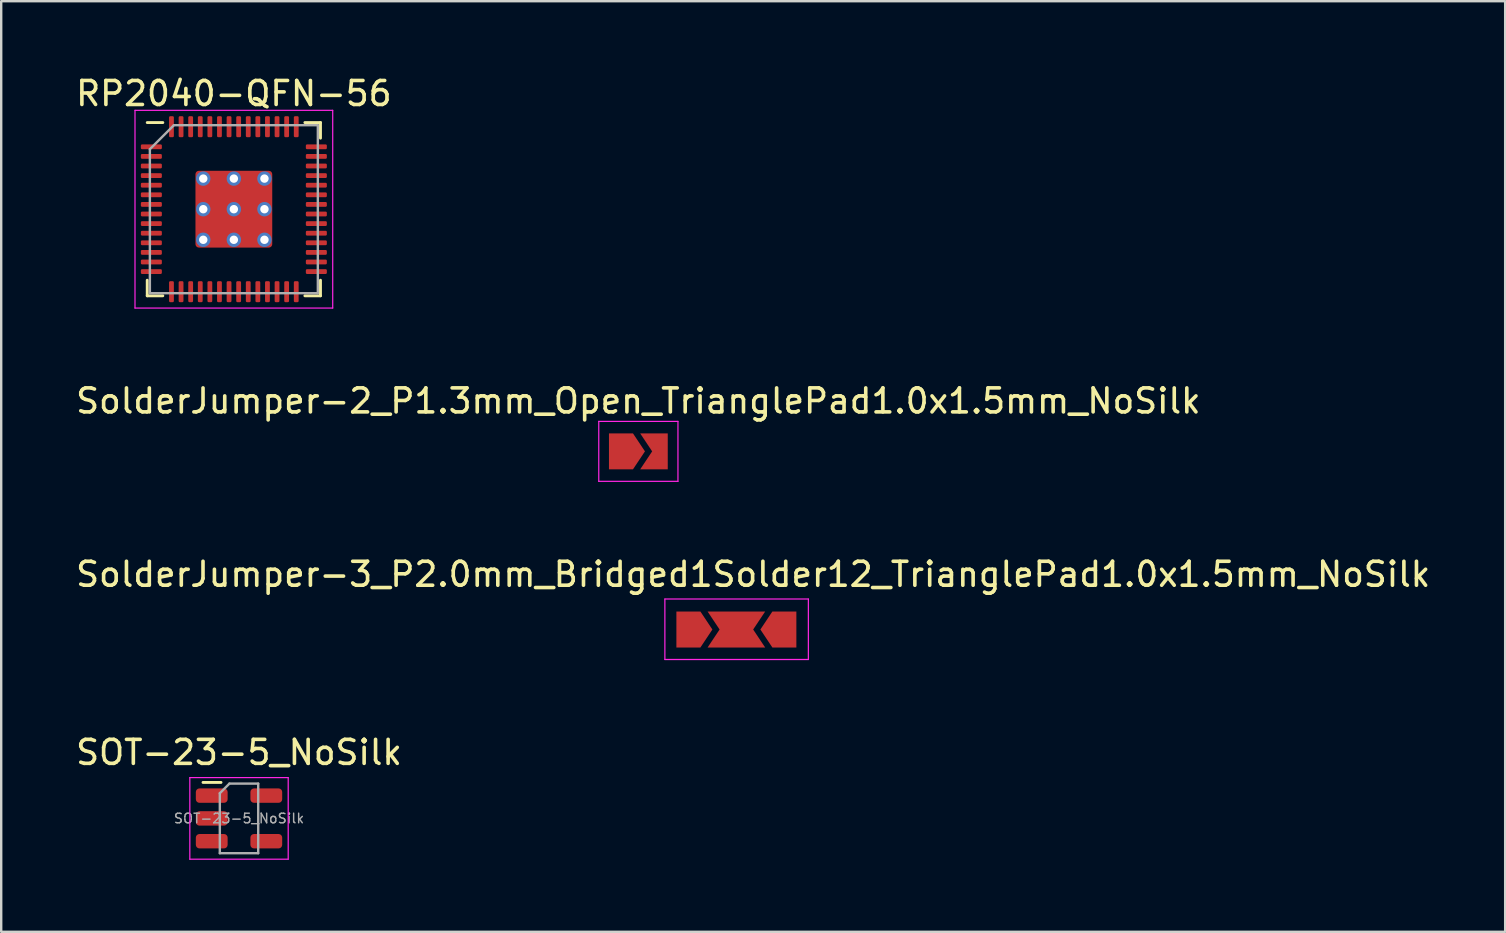
<source format=kicad_pcb>
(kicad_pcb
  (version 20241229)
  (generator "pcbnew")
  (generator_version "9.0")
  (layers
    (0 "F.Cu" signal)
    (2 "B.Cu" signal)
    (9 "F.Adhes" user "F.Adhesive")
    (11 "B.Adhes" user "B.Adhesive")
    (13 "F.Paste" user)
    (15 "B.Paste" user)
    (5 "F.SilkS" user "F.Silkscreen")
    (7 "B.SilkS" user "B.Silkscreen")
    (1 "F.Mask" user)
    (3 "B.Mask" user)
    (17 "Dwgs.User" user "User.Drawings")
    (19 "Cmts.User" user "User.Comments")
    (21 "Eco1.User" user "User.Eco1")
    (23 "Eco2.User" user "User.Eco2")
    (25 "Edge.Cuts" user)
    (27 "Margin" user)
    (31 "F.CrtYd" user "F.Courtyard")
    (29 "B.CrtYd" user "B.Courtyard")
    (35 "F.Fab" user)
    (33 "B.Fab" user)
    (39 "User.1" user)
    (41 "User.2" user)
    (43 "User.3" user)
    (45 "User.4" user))
  (footprint "SOT-23-5_NoSilk"
    (layer "F.Cu")
    (at 6.911 31.058)
    (property "Reference" "SOT-23-5_NoSilk" (at 0 -2.75 0) (layer "F.SilkS") (effects (font (size 1 1) (thickness 0.15))))
    (attr smd)
    (fp_line (start -0.75 -1.5) (end -1.5 -1.5) (stroke (width 0.12) (type solid)) (layer "F.SilkS"))
    (fp_line (start -2.05 -1.7) (end -2.05 1.7) (stroke (width 0.05) (type solid)) (layer "F.CrtYd"))
    (fp_line (start -2.05 1.7) (end 2.05 1.7) (stroke (width 0.05) (type solid)) (layer "F.CrtYd"))
    (fp_line (start 2.05 -1.7) (end -2.05 -1.7) (stroke (width 0.05) (type solid)) (layer "F.CrtYd"))
    (fp_line (start 2.05 1.7) (end 2.05 -1.7) (stroke (width 0.05) (type solid)) (layer "F.CrtYd"))
    (fp_line (start -0.8 -1.05) (end -0.4 -1.45) (stroke (width 0.1) (type solid)) (layer "F.Fab"))
    (fp_line (start -0.8 1.45) (end -0.8 -1.05) (stroke (width 0.1) (type solid)) (layer "F.Fab"))
    (fp_line (start -0.4 -1.45) (end 0.8 -1.45) (stroke (width 0.1) (type solid)) (layer "F.Fab"))
    (fp_line (start 0.8 -1.45) (end 0.8 1.45) (stroke (width 0.1) (type solid)) (layer "F.Fab"))
    (fp_line (start 0.8 1.45) (end -0.8 1.45) (stroke (width 0.1) (type solid)) (layer "F.Fab"))
    (fp_text user "${REFERENCE}" (at 0 0 0) (layer "F.Fab") (effects (font (size 0.4 0.4) (thickness 0.06))))
    (pad "1" smd roundrect (at -1.137 -0.95) (size 1.325 0.6) (layers "F.Cu" "F.Mask" "F.Paste") (roundrect_rratio 0.25))
    (pad "2" smd roundrect (at -1.137 0) (size 1.325 0.6) (layers "F.Cu" "F.Mask" "F.Paste") (roundrect_rratio 0.25))
    (pad "3" smd roundrect (at -1.137 0.95) (size 1.325 0.6) (layers "F.Cu" "F.Mask" "F.Paste") (roundrect_rratio 0.25))
    (pad "4" smd roundrect (at 1.137 0.95) (size 1.325 0.6) (layers "F.Cu" "F.Mask" "F.Paste") (roundrect_rratio 0.25))
    (pad "5" smd roundrect (at 1.137 -0.95) (size 1.325 0.6) (layers "F.Cu" "F.Mask" "F.Paste") (roundrect_rratio 0.25)))
  (footprint "SolderJumper-2_P1.3mm_Open_TrianglePad1.0x1.5mm_NoSilk"
    (layer "F.Cu")
    (at 23.554 15.761)
    (property "Reference" "SolderJumper-2_P1.3mm_Open_TrianglePad1.0x1.5mm_NoSilk" (at 0 -2.1 0) (layer "F.SilkS") (effects (font (size 1 1) (thickness 0.15))))
    (attr exclude_from_pos_files exclude_from_bom)
    (fp_line (start -1.65 -1.25) (end -1.65 1.25) (stroke (width 0.05) (type solid)) (layer "F.CrtYd"))
    (fp_line (start -1.65 -1.25) (end 1.65 -1.25) (stroke (width 0.05) (type solid)) (layer "F.CrtYd"))
    (fp_line (start 1.65 1.25) (end -1.65 1.25) (stroke (width 0.05) (type solid)) (layer "F.CrtYd"))
    (fp_line (start 1.65 1.25) (end 1.65 -1.25) (stroke (width 0.05) (type solid)) (layer "F.CrtYd"))
    (pad "1" smd custom (at -0.725 0) (size 0.3 0.3) (layers "F.Cu" "F.Mask") (options (anchor rect)) (primitives (gr_poly (pts (xy 1 0) (xy 0.5 0.75) (xy -0.5 0.75) (xy -0.5 -0.75) (xy 0.5 -0.75)) (width 0) (fill yes))))
    (pad "2" smd custom (at 0.725 0) (size 0.3 0.3) (layers "F.Cu" "F.Mask") (options (anchor rect)) (primitives (gr_poly (pts (xy 0.5 0.75) (xy -0.65 0.75) (xy -0.15 0) (xy -0.65 -0.75) (xy 0.5 -0.75)) (width 0) (fill yes)))))
  (footprint "RP2040-QFN-56"
    (layer "F.Cu")
    (at 6.696 5.668)
    (property "Reference" "RP2040-QFN-56" (at 0 -4.82 0) (layer "F.SilkS") (effects (font (size 1 1) (thickness 0.15))))
    (attr smd)
    (fp_line (start -3.61 3.61) (end -3.61 2.96) (stroke (width 0.12) (type solid)) (layer "F.SilkS"))
    (fp_line (start -2.96 -3.61) (end -3.61 -3.61) (stroke (width 0.12) (type solid)) (layer "F.SilkS"))
    (fp_line (start -2.96 3.61) (end -3.61 3.61) (stroke (width 0.12) (type solid)) (layer "F.SilkS"))
    (fp_line (start 2.96 -3.61) (end 3.61 -3.61) (stroke (width 0.12) (type solid)) (layer "F.SilkS"))
    (fp_line (start 2.96 3.61) (end 3.61 3.61) (stroke (width 0.12) (type solid)) (layer "F.SilkS"))
    (fp_line (start 3.61 -3.61) (end 3.61 -2.96) (stroke (width 0.12) (type solid)) (layer "F.SilkS"))
    (fp_line (start 3.61 3.61) (end 3.61 2.96) (stroke (width 0.12) (type solid)) (layer "F.SilkS"))
    (fp_line (start -4.12 -4.12) (end -4.12 4.12) (stroke (width 0.05) (type solid)) (layer "F.CrtYd"))
    (fp_line (start -4.12 4.12) (end 4.12 4.12) (stroke (width 0.05) (type solid)) (layer "F.CrtYd"))
    (fp_line (start 4.12 -4.12) (end -4.12 -4.12) (stroke (width 0.05) (type solid)) (layer "F.CrtYd"))
    (fp_line (start 4.12 4.12) (end 4.12 -4.12) (stroke (width 0.05) (type solid)) (layer "F.CrtYd"))
    (fp_line (start -3.5 -2.5) (end -2.5 -3.5) (stroke (width 0.1) (type solid)) (layer "F.Fab"))
    (fp_line (start -3.5 3.5) (end -3.5 -2.5) (stroke (width 0.1) (type solid)) (layer "F.Fab"))
    (fp_line (start -2.5 -3.5) (end 3.5 -3.5) (stroke (width 0.1) (type solid)) (layer "F.Fab"))
    (fp_line (start 3.5 -3.5) (end 3.5 3.5) (stroke (width 0.1) (type solid)) (layer "F.Fab"))
    (fp_line (start 3.5 3.5) (end -3.5 3.5) (stroke (width 0.1) (type solid)) (layer "F.Fab"))
    (pad "" smd roundrect (at -0.637 -0.637) (size 1.084 1.084) (layers "F.Paste") (roundrect_rratio 0.231))
    (pad "" smd roundrect (at -0.637 0.637) (size 1.084 1.084) (layers "F.Paste") (roundrect_rratio 0.231))
    (pad "" smd roundrect (at 0.637 -0.637) (size 1.084 1.084) (layers "F.Paste") (roundrect_rratio 0.231))
    (pad "" smd roundrect (at 0.637 0.637) (size 1.084 1.084) (layers "F.Paste") (roundrect_rratio 0.231))
    (pad "1" smd roundrect (at -3.438 -2.6) (size 0.875 0.2) (layers "F.Cu" "F.Mask" "F.Paste") (roundrect_rratio 0.25))
    (pad "2" smd roundrect (at -3.438 -2.2) (size 0.875 0.2) (layers "F.Cu" "F.Mask" "F.Paste") (roundrect_rratio 0.25))
    (pad "3" smd roundrect (at -3.438 -1.8) (size 0.875 0.2) (layers "F.Cu" "F.Mask" "F.Paste") (roundrect_rratio 0.25))
    (pad "4" smd roundrect (at -3.438 -1.4) (size 0.875 0.2) (layers "F.Cu" "F.Mask" "F.Paste") (roundrect_rratio 0.25))
    (pad "5" smd roundrect (at -3.438 -1) (size 0.875 0.2) (layers "F.Cu" "F.Mask" "F.Paste") (roundrect_rratio 0.25))
    (pad "6" smd roundrect (at -3.438 -0.6) (size 0.875 0.2) (layers "F.Cu" "F.Mask" "F.Paste") (roundrect_rratio 0.25))
    (pad "7" smd roundrect (at -3.438 -0.2) (size 0.875 0.2) (layers "F.Cu" "F.Mask" "F.Paste") (roundrect_rratio 0.25))
    (pad "8" smd roundrect (at -3.438 0.2) (size 0.875 0.2) (layers "F.Cu" "F.Mask" "F.Paste") (roundrect_rratio 0.25))
    (pad "9" smd roundrect (at -3.438 0.6) (size 0.875 0.2) (layers "F.Cu" "F.Mask" "F.Paste") (roundrect_rratio 0.25))
    (pad "10" smd roundrect (at -3.438 1) (size 0.875 0.2) (layers "F.Cu" "F.Mask" "F.Paste") (roundrect_rratio 0.25))
    (pad "11" smd roundrect (at -3.438 1.4) (size 0.875 0.2) (layers "F.Cu" "F.Mask" "F.Paste") (roundrect_rratio 0.25))
    (pad "12" smd roundrect (at -3.438 1.8) (size 0.875 0.2) (layers "F.Cu" "F.Mask" "F.Paste") (roundrect_rratio 0.25))
    (pad "13" smd roundrect (at -3.438 2.2) (size 0.875 0.2) (layers "F.Cu" "F.Mask" "F.Paste") (roundrect_rratio 0.25))
    (pad "14" smd roundrect (at -3.438 2.6) (size 0.875 0.2) (layers "F.Cu" "F.Mask" "F.Paste") (roundrect_rratio 0.25))
    (pad "15" smd roundrect (at -2.6 3.438) (size 0.2 0.875) (layers "F.Cu" "F.Mask" "F.Paste") (roundrect_rratio 0.25))
    (pad "16" smd roundrect (at -2.2 3.438) (size 0.2 0.875) (layers "F.Cu" "F.Mask" "F.Paste") (roundrect_rratio 0.25))
    (pad "17" smd roundrect (at -1.8 3.438) (size 0.2 0.875) (layers "F.Cu" "F.Mask" "F.Paste") (roundrect_rratio 0.25))
    (pad "18" smd roundrect (at -1.4 3.438) (size 0.2 0.875) (layers "F.Cu" "F.Mask" "F.Paste") (roundrect_rratio 0.25))
    (pad "19" smd roundrect (at -1 3.438) (size 0.2 0.875) (layers "F.Cu" "F.Mask" "F.Paste") (roundrect_rratio 0.25))
    (pad "20" smd roundrect (at -0.6 3.438) (size 0.2 0.875) (layers "F.Cu" "F.Mask" "F.Paste") (roundrect_rratio 0.25))
    (pad "21" smd roundrect (at -0.2 3.438) (size 0.2 0.875) (layers "F.Cu" "F.Mask" "F.Paste") (roundrect_rratio 0.25))
    (pad "22" smd roundrect (at 0.2 3.438) (size 0.2 0.875) (layers "F.Cu" "F.Mask" "F.Paste") (roundrect_rratio 0.25))
    (pad "23" smd roundrect (at 0.6 3.438) (size 0.2 0.875) (layers "F.Cu" "F.Mask" "F.Paste") (roundrect_rratio 0.25))
    (pad "24" smd roundrect (at 1 3.438) (size 0.2 0.875) (layers "F.Cu" "F.Mask" "F.Paste") (roundrect_rratio 0.25))
    (pad "25" smd roundrect (at 1.4 3.438) (size 0.2 0.875) (layers "F.Cu" "F.Mask" "F.Paste") (roundrect_rratio 0.25))
    (pad "26" smd roundrect (at 1.8 3.438) (size 0.2 0.875) (layers "F.Cu" "F.Mask" "F.Paste") (roundrect_rratio 0.25))
    (pad "27" smd roundrect (at 2.2 3.438) (size 0.2 0.875) (layers "F.Cu" "F.Mask" "F.Paste") (roundrect_rratio 0.25))
    (pad "28" smd roundrect (at 2.6 3.438) (size 0.2 0.875) (layers "F.Cu" "F.Mask" "F.Paste") (roundrect_rratio 0.25))
    (pad "29" smd roundrect (at 3.438 2.6) (size 0.875 0.2) (layers "F.Cu" "F.Mask" "F.Paste") (roundrect_rratio 0.25))
    (pad "30" smd roundrect (at 3.438 2.2) (size 0.875 0.2) (layers "F.Cu" "F.Mask" "F.Paste") (roundrect_rratio 0.25))
    (pad "31" smd roundrect (at 3.438 1.8) (size 0.875 0.2) (layers "F.Cu" "F.Mask" "F.Paste") (roundrect_rratio 0.25))
    (pad "32" smd roundrect (at 3.438 1.4) (size 0.875 0.2) (layers "F.Cu" "F.Mask" "F.Paste") (roundrect_rratio 0.25))
    (pad "33" smd roundrect (at 3.438 1) (size 0.875 0.2) (layers "F.Cu" "F.Mask" "F.Paste") (roundrect_rratio 0.25))
    (pad "34" smd roundrect (at 3.438 0.6) (size 0.875 0.2) (layers "F.Cu" "F.Mask" "F.Paste") (roundrect_rratio 0.25))
    (pad "35" smd roundrect (at 3.438 0.2) (size 0.875 0.2) (layers "F.Cu" "F.Mask" "F.Paste") (roundrect_rratio 0.25))
    (pad "36" smd roundrect (at 3.438 -0.2) (size 0.875 0.2) (layers "F.Cu" "F.Mask" "F.Paste") (roundrect_rratio 0.25))
    (pad "37" smd roundrect (at 3.438 -0.6) (size 0.875 0.2) (layers "F.Cu" "F.Mask" "F.Paste") (roundrect_rratio 0.25))
    (pad "38" smd roundrect (at 3.438 -1) (size 0.875 0.2) (layers "F.Cu" "F.Mask" "F.Paste") (roundrect_rratio 0.25))
    (pad "39" smd roundrect (at 3.438 -1.4) (size 0.875 0.2) (layers "F.Cu" "F.Mask" "F.Paste") (roundrect_rratio 0.25))
    (pad "40" smd roundrect (at 3.438 -1.8) (size 0.875 0.2) (layers "F.Cu" "F.Mask" "F.Paste") (roundrect_rratio 0.25))
    (pad "41" smd roundrect (at 3.438 -2.2) (size 0.875 0.2) (layers "F.Cu" "F.Mask" "F.Paste") (roundrect_rratio 0.25))
    (pad "42" smd roundrect (at 3.438 -2.6) (size 0.875 0.2) (layers "F.Cu" "F.Mask" "F.Paste") (roundrect_rratio 0.25))
    (pad "43" smd roundrect (at 2.6 -3.438) (size 0.2 0.875) (layers "F.Cu" "F.Mask" "F.Paste") (roundrect_rratio 0.25))
    (pad "44" smd roundrect (at 2.2 -3.438) (size 0.2 0.875) (layers "F.Cu" "F.Mask" "F.Paste") (roundrect_rratio 0.25))
    (pad "45" smd roundrect (at 1.8 -3.438) (size 0.2 0.875) (layers "F.Cu" "F.Mask" "F.Paste") (roundrect_rratio 0.25))
    (pad "46" smd roundrect (at 1.4 -3.438) (size 0.2 0.875) (layers "F.Cu" "F.Mask" "F.Paste") (roundrect_rratio 0.25))
    (pad "47" smd roundrect (at 1 -3.438) (size 0.2 0.875) (layers "F.Cu" "F.Mask" "F.Paste") (roundrect_rratio 0.25))
    (pad "48" smd roundrect (at 0.6 -3.438) (size 0.2 0.875) (layers "F.Cu" "F.Mask" "F.Paste") (roundrect_rratio 0.25))
    (pad "49" smd roundrect (at 0.2 -3.438) (size 0.2 0.875) (layers "F.Cu" "F.Mask" "F.Paste") (roundrect_rratio 0.25))
    (pad "50" smd roundrect (at -0.2 -3.438) (size 0.2 0.875) (layers "F.Cu" "F.Mask" "F.Paste") (roundrect_rratio 0.25))
    (pad "51" smd roundrect (at -0.6 -3.438) (size 0.2 0.875) (layers "F.Cu" "F.Mask" "F.Paste") (roundrect_rratio 0.25))
    (pad "52" smd roundrect (at -1 -3.438) (size 0.2 0.875) (layers "F.Cu" "F.Mask" "F.Paste") (roundrect_rratio 0.25))
    (pad "53" smd roundrect (at -1.4 -3.438) (size 0.2 0.875) (layers "F.Cu" "F.Mask" "F.Paste") (roundrect_rratio 0.25))
    (pad "54" smd roundrect (at -1.8 -3.438) (size 0.2 0.875) (layers "F.Cu" "F.Mask" "F.Paste") (roundrect_rratio 0.25))
    (pad "55" smd roundrect (at -2.2 -3.438) (size 0.2 0.875) (layers "F.Cu" "F.Mask" "F.Paste") (roundrect_rratio 0.25))
    (pad "56" smd roundrect (at -2.6 -3.438) (size 0.2 0.875) (layers "F.Cu" "F.Mask" "F.Paste") (roundrect_rratio 0.25))
    (pad "57" thru_hole circle (at -1.275 -1.275) (size 0.6 0.6) (drill 0.35) (layers "*.Cu"))
    (pad "57" thru_hole circle (at -1.275 0) (size 0.6 0.6) (drill 0.35) (layers "*.Cu"))
    (pad "57" thru_hole circle (at -1.275 1.275) (size 0.6 0.6) (drill 0.35) (layers "*.Cu"))
    (pad "57" thru_hole circle (at 0 -1.275) (size 0.6 0.6) (drill 0.35) (layers "*.Cu"))
    (pad "57" thru_hole circle (at 0 0) (size 0.6 0.6) (drill 0.35) (layers "*.Cu"))
    (pad "57" smd roundrect (at 0 0) (size 3.2 3.2) (layers "F.Cu" "F.Mask") (roundrect_rratio 0.045))
    (pad "57" thru_hole circle (at 0 1.275) (size 0.6 0.6) (drill 0.35) (layers "*.Cu"))
    (pad "57" thru_hole circle (at 1.275 -1.275) (size 0.6 0.6) (drill 0.35) (layers "*.Cu"))
    (pad "57" thru_hole circle (at 1.275 0) (size 0.6 0.6) (drill 0.35) (layers "*.Cu"))
    (pad "57" thru_hole circle (at 1.275 1.275) (size 0.6 0.6) (drill 0.35) (layers "*.Cu")))
  (footprint "SolderJumper-3_P2.0mm_Bridged1Solder12_TrianglePad1.0x1.5mm_NoSilk"
    (layer "F.Cu")
    (at 27.639 23.185)
    (property "Reference" "SolderJumper-3_P2.0mm_Bridged1Solder12_TrianglePad1.0x1.5mm_NoSilk" (at 0.7 -2.3 0) (layer "F.SilkS") (effects (font (size 1 1) (thickness 0.15))))
    (attr exclude_from_pos_files exclude_from_bom)
    (fp_line (start -2.98 -1.27) (end -2.98 1.25) (stroke (width 0.05) (type solid)) (layer "F.CrtYd"))
    (fp_line (start -2.98 -1.27) (end 3 -1.27) (stroke (width 0.05) (type solid)) (layer "F.CrtYd"))
    (fp_line (start 3 1.25) (end -2.98 1.25) (stroke (width 0.05) (type solid)) (layer "F.CrtYd"))
    (fp_line (start 3 1.25) (end 3 -1.27) (stroke (width 0.05) (type solid)) (layer "F.CrtYd"))
    (pad "" smd rect (at -1.475 0) (size 2.05 1.5) (layers "F.Paste"))
    (pad "" smd rect (at -1.2 0) (size 1.5 1.5) (layers "F.Mask"))
    (pad "" smd rect (at 1.2 0) (size 1.5 1.5) (layers "F.Mask"))
    (pad "1" smd custom (at -2 0) (size 0.3 0.3) (layers "F.Cu" "F.Mask") (options (anchor rect)) (primitives (gr_poly (pts (xy 1 0) (xy 0.5 0.75) (xy -0.5 0.75) (xy -0.5 -0.75) (xy 0.5 -0.75)) (width 0) (fill yes))))
    (pad "2" smd custom (at 0 0) (size 0.3 0.3) (layers "F.Cu") (options (anchor rect)) (primitives (gr_poly (pts (xy 0.7 0) (xy 1.2 0.75) (xy -1.2 0.75) (xy -0.7 0) (xy -1.2 -0.75) (xy 1.2 -0.75)) (width 0) (fill yes))))
    (pad "3" smd custom (at 2 0 180) (size 0.3 0.3) (layers "F.Cu" "F.Mask") (options (anchor rect)) (primitives (gr_poly (pts (xy 1 0) (xy 0.5 0.75) (xy -0.5 0.75) (xy -0.5 -0.75) (xy 0.5 -0.75)) (width 0) (fill yes)))))
  (gr_rect
    (start -3 -3)
    (end 59.679 35.783)
    (stroke (width 0.1) (type default))
    (fill no)
    (layer "Edge.Cuts")))
</source>
